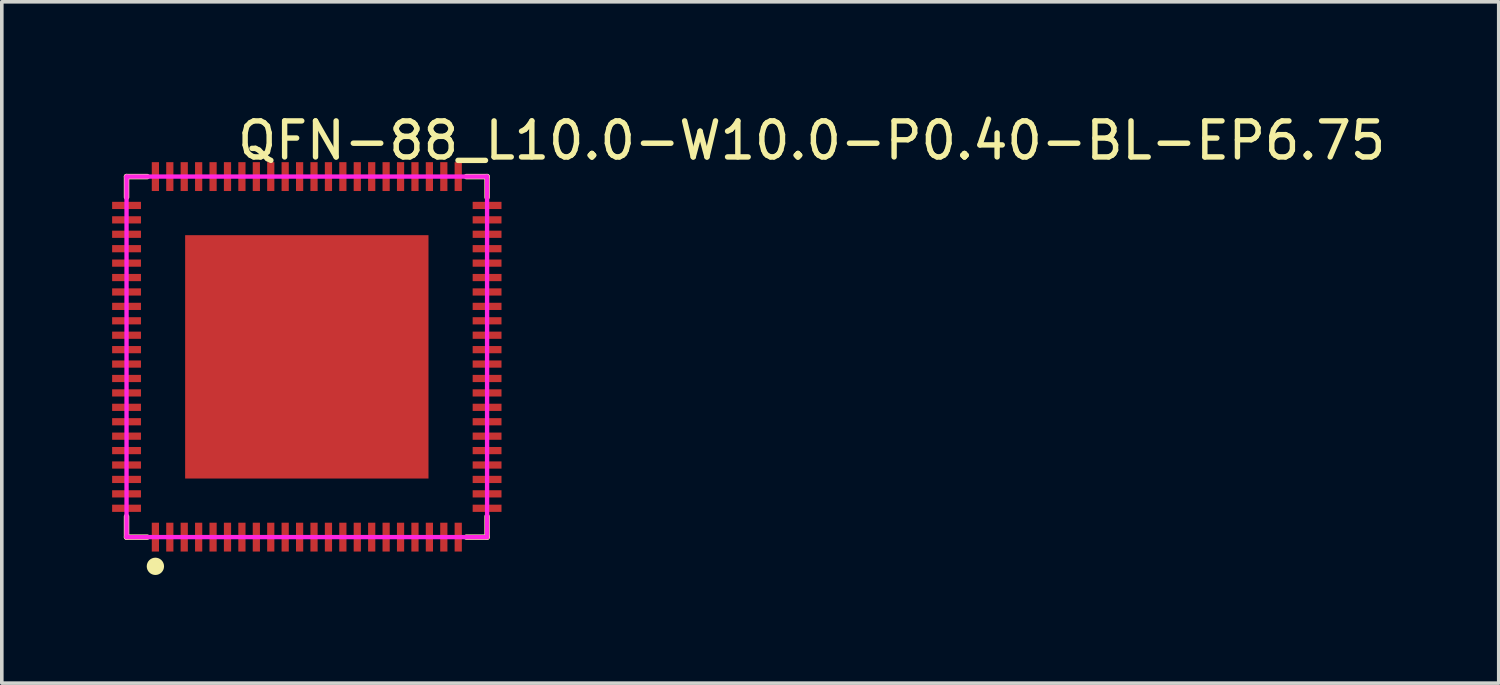
<source format=kicad_pcb>
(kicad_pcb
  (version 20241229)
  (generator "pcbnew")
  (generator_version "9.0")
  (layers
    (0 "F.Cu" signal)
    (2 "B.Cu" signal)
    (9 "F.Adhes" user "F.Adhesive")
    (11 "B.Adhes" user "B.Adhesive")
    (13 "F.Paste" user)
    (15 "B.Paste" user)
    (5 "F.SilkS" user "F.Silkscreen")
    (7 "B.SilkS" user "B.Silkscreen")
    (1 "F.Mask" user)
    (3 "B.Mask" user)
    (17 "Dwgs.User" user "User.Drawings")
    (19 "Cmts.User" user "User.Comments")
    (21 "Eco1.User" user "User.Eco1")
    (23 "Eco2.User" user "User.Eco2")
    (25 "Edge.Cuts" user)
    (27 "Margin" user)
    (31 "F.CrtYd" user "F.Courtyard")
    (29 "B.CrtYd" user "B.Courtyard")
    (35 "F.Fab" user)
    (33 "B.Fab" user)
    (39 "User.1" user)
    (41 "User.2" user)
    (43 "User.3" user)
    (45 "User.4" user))
  (footprint "QFN-88_L10.0-W10.0-P0.40-BL-EP6.75"
    (layer "F.Cu")
    (at 5.46 6.848)
    (property "Reference" "QFN-88_L10.0-W10.0-P0.40-BL-EP6.75" (at -2 -6 0) (layer "F.SilkS") (effects (font (size 1 1) (thickness 0.15)) (justify left)))
    (attr through_hole)
    (fp_line (start -5 -5) (end -4.427 -5) (stroke (width 0.152) (type solid)) (layer "F.SilkS"))
    (fp_line (start -5 -4.427) (end -5 -5) (stroke (width 0.152) (type solid)) (layer "F.SilkS"))
    (fp_line (start -5 4.427) (end -5 5) (stroke (width 0.152) (type solid)) (layer "F.SilkS"))
    (fp_line (start -5 5) (end -4.427 5) (stroke (width 0.152) (type solid)) (layer "F.SilkS"))
    (fp_line (start 5 -5) (end 4.427 -5) (stroke (width 0.152) (type solid)) (layer "F.SilkS"))
    (fp_line (start 5 -4.427) (end 5 -5) (stroke (width 0.152) (type solid)) (layer "F.SilkS"))
    (fp_line (start 5 4.427) (end 5 5) (stroke (width 0.152) (type solid)) (layer "F.SilkS"))
    (fp_line (start 5 5) (end 4.427 5) (stroke (width 0.152) (type solid)) (layer "F.SilkS"))
    (fp_circle (center -4.2 5.81) (end -4.08 5.81) (stroke (width 0.24) (type solid)) (fill no) (layer "F.SilkS"))
    (fp_poly (pts (xy -5.4 -4.3) (xy -4.6 -4.3) (xy -4.6 -4.1) (xy -5.4 -4.1)) (stroke (width 0.12) (type solid)) (fill yes) (layer "F.Paste"))
    (fp_poly (pts (xy -5.4 -3.9) (xy -4.6 -3.9) (xy -4.6 -3.7) (xy -5.4 -3.7)) (stroke (width 0.12) (type solid)) (fill yes) (layer "F.Paste"))
    (fp_poly (pts (xy -5.4 -3.5) (xy -4.6 -3.5) (xy -4.6 -3.3) (xy -5.4 -3.3)) (stroke (width 0.12) (type solid)) (fill yes) (layer "F.Paste"))
    (fp_poly (pts (xy -5.4 -3.1) (xy -4.6 -3.1) (xy -4.6 -2.9) (xy -5.4 -2.9)) (stroke (width 0.12) (type solid)) (fill yes) (layer "F.Paste"))
    (fp_poly (pts (xy -5.4 -2.7) (xy -4.6 -2.7) (xy -4.6 -2.5) (xy -5.4 -2.5)) (stroke (width 0.12) (type solid)) (fill yes) (layer "F.Paste"))
    (fp_poly (pts (xy -5.4 -2.3) (xy -4.6 -2.3) (xy -4.6 -2.1) (xy -5.4 -2.1)) (stroke (width 0.12) (type solid)) (fill yes) (layer "F.Paste"))
    (fp_poly (pts (xy -5.4 -1.9) (xy -4.6 -1.9) (xy -4.6 -1.7) (xy -5.4 -1.7)) (stroke (width 0.12) (type solid)) (fill yes) (layer "F.Paste"))
    (fp_poly (pts (xy -5.4 -1.5) (xy -4.6 -1.5) (xy -4.6 -1.3) (xy -5.4 -1.3)) (stroke (width 0.12) (type solid)) (fill yes) (layer "F.Paste"))
    (fp_poly (pts (xy -5.4 -1.1) (xy -4.6 -1.1) (xy -4.6 -0.9) (xy -5.4 -0.9)) (stroke (width 0.12) (type solid)) (fill yes) (layer "F.Paste"))
    (fp_poly (pts (xy -5.4 -0.7) (xy -4.6 -0.7) (xy -4.6 -0.5) (xy -5.4 -0.5)) (stroke (width 0.12) (type solid)) (fill yes) (layer "F.Paste"))
    (fp_poly (pts (xy -5.4 -0.3) (xy -4.6 -0.3) (xy -4.6 -0.1) (xy -5.4 -0.1)) (stroke (width 0.12) (type solid)) (fill yes) (layer "F.Paste"))
    (fp_poly (pts (xy -5.4 0.1) (xy -4.6 0.1) (xy -4.6 0.3) (xy -5.4 0.3)) (stroke (width 0.12) (type solid)) (fill yes) (layer "F.Paste"))
    (fp_poly (pts (xy -5.4 0.5) (xy -4.6 0.5) (xy -4.6 0.7) (xy -5.4 0.7)) (stroke (width 0.12) (type solid)) (fill yes) (layer "F.Paste"))
    (fp_poly (pts (xy -5.4 0.9) (xy -4.6 0.9) (xy -4.6 1.1) (xy -5.4 1.1)) (stroke (width 0.12) (type solid)) (fill yes) (layer "F.Paste"))
    (fp_poly (pts (xy -5.4 1.3) (xy -4.6 1.3) (xy -4.6 1.5) (xy -5.4 1.5)) (stroke (width 0.12) (type solid)) (fill yes) (layer "F.Paste"))
    (fp_poly (pts (xy -5.4 1.7) (xy -4.6 1.7) (xy -4.6 1.9) (xy -5.4 1.9)) (stroke (width 0.12) (type solid)) (fill yes) (layer "F.Paste"))
    (fp_poly (pts (xy -5.4 2.1) (xy -4.6 2.1) (xy -4.6 2.3) (xy -5.4 2.3)) (stroke (width 0.12) (type solid)) (fill yes) (layer "F.Paste"))
    (fp_poly (pts (xy -5.4 2.5) (xy -4.6 2.5) (xy -4.6 2.7) (xy -5.4 2.7)) (stroke (width 0.12) (type solid)) (fill yes) (layer "F.Paste"))
    (fp_poly (pts (xy -5.4 2.9) (xy -4.6 2.9) (xy -4.6 3.1) (xy -5.4 3.1)) (stroke (width 0.12) (type solid)) (fill yes) (layer "F.Paste"))
    (fp_poly (pts (xy -5.4 3.3) (xy -4.6 3.3) (xy -4.6 3.5) (xy -5.4 3.5)) (stroke (width 0.12) (type solid)) (fill yes) (layer "F.Paste"))
    (fp_poly (pts (xy -5.4 3.7) (xy -4.6 3.7) (xy -4.6 3.9) (xy -5.4 3.9)) (stroke (width 0.12) (type solid)) (fill yes) (layer "F.Paste"))
    (fp_poly (pts (xy -5.4 4.1) (xy -4.6 4.1) (xy -4.6 4.3) (xy -5.4 4.3)) (stroke (width 0.12) (type solid)) (fill yes) (layer "F.Paste"))
    (fp_poly (pts (xy -4.3 -5.4) (xy -4.1 -5.4) (xy -4.1 -4.6) (xy -4.3 -4.6)) (stroke (width 0.12) (type solid)) (fill yes) (layer "F.Paste"))
    (fp_poly (pts (xy -4.3 4.6) (xy -4.1 4.6) (xy -4.1 5.4) (xy -4.3 5.4)) (stroke (width 0.12) (type solid)) (fill yes) (layer "F.Paste"))
    (fp_poly (pts (xy -3.9 -5.4) (xy -3.7 -5.4) (xy -3.7 -4.6) (xy -3.9 -4.6)) (stroke (width 0.12) (type solid)) (fill yes) (layer "F.Paste"))
    (fp_poly (pts (xy -3.9 4.6) (xy -3.7 4.6) (xy -3.7 5.4) (xy -3.9 5.4)) (stroke (width 0.12) (type solid)) (fill yes) (layer "F.Paste"))
    (fp_poly (pts (xy -3.5 -5.4) (xy -3.3 -5.4) (xy -3.3 -4.6) (xy -3.5 -4.6)) (stroke (width 0.12) (type solid)) (fill yes) (layer "F.Paste"))
    (fp_poly (pts (xy -3.5 4.6) (xy -3.3 4.6) (xy -3.3 5.4) (xy -3.5 5.4)) (stroke (width 0.12) (type solid)) (fill yes) (layer "F.Paste"))
    (fp_poly (pts (xy -3.1 -5.4) (xy -2.9 -5.4) (xy -2.9 -4.6) (xy -3.1 -4.6)) (stroke (width 0.12) (type solid)) (fill yes) (layer "F.Paste"))
    (fp_poly (pts (xy -3.1 4.6) (xy -2.9 4.6) (xy -2.9 5.4) (xy -3.1 5.4)) (stroke (width 0.12) (type solid)) (fill yes) (layer "F.Paste"))
    (fp_poly (pts (xy -2.7 -5.4) (xy -2.5 -5.4) (xy -2.5 -4.6) (xy -2.7 -4.6)) (stroke (width 0.12) (type solid)) (fill yes) (layer "F.Paste"))
    (fp_poly (pts (xy -2.7 -2.7) (xy 2.7 -2.7) (xy 2.7 2.7) (xy -2.7 2.7)) (stroke (width 0.12) (type solid)) (fill yes) (layer "F.Paste"))
    (fp_poly (pts (xy -2.7 4.6) (xy -2.5 4.6) (xy -2.5 5.4) (xy -2.7 5.4)) (stroke (width 0.12) (type solid)) (fill yes) (layer "F.Paste"))
    (fp_poly (pts (xy -2.3 -5.4) (xy -2.1 -5.4) (xy -2.1 -4.6) (xy -2.3 -4.6)) (stroke (width 0.12) (type solid)) (fill yes) (layer "F.Paste"))
    (fp_poly (pts (xy -2.3 4.6) (xy -2.1 4.6) (xy -2.1 5.4) (xy -2.3 5.4)) (stroke (width 0.12) (type solid)) (fill yes) (layer "F.Paste"))
    (fp_poly (pts (xy -1.9 -5.4) (xy -1.7 -5.4) (xy -1.7 -4.6) (xy -1.9 -4.6)) (stroke (width 0.12) (type solid)) (fill yes) (layer "F.Paste"))
    (fp_poly (pts (xy -1.9 4.6) (xy -1.7 4.6) (xy -1.7 5.4) (xy -1.9 5.4)) (stroke (width 0.12) (type solid)) (fill yes) (layer "F.Paste"))
    (fp_poly (pts (xy -1.5 -5.4) (xy -1.3 -5.4) (xy -1.3 -4.6) (xy -1.5 -4.6)) (stroke (width 0.12) (type solid)) (fill yes) (layer "F.Paste"))
    (fp_poly (pts (xy -1.5 4.6) (xy -1.3 4.6) (xy -1.3 5.4) (xy -1.5 5.4)) (stroke (width 0.12) (type solid)) (fill yes) (layer "F.Paste"))
    (fp_poly (pts (xy -1.1 -5.4) (xy -0.9 -5.4) (xy -0.9 -4.6) (xy -1.1 -4.6)) (stroke (width 0.12) (type solid)) (fill yes) (layer "F.Paste"))
    (fp_poly (pts (xy -1.1 4.6) (xy -0.9 4.6) (xy -0.9 5.4) (xy -1.1 5.4)) (stroke (width 0.12) (type solid)) (fill yes) (layer "F.Paste"))
    (fp_poly (pts (xy -0.7 -5.4) (xy -0.5 -5.4) (xy -0.5 -4.6) (xy -0.7 -4.6)) (stroke (width 0.12) (type solid)) (fill yes) (layer "F.Paste"))
    (fp_poly (pts (xy -0.7 4.6) (xy -0.5 4.6) (xy -0.5 5.4) (xy -0.7 5.4)) (stroke (width 0.12) (type solid)) (fill yes) (layer "F.Paste"))
    (fp_poly (pts (xy -0.3 -5.4) (xy -0.1 -5.4) (xy -0.1 -4.6) (xy -0.3 -4.6)) (stroke (width 0.12) (type solid)) (fill yes) (layer "F.Paste"))
    (fp_poly (pts (xy -0.3 4.6) (xy -0.1 4.6) (xy -0.1 5.4) (xy -0.3 5.4)) (stroke (width 0.12) (type solid)) (fill yes) (layer "F.Paste"))
    (fp_poly (pts (xy 0.1 -5.4) (xy 0.3 -5.4) (xy 0.3 -4.6) (xy 0.1 -4.6)) (stroke (width 0.12) (type solid)) (fill yes) (layer "F.Paste"))
    (fp_poly (pts (xy 0.1 4.6) (xy 0.3 4.6) (xy 0.3 5.4) (xy 0.1 5.4)) (stroke (width 0.12) (type solid)) (fill yes) (layer "F.Paste"))
    (fp_poly (pts (xy 0.5 -5.4) (xy 0.7 -5.4) (xy 0.7 -4.6) (xy 0.5 -4.6)) (stroke (width 0.12) (type solid)) (fill yes) (layer "F.Paste"))
    (fp_poly (pts (xy 0.5 4.6) (xy 0.7 4.6) (xy 0.7 5.4) (xy 0.5 5.4)) (stroke (width 0.12) (type solid)) (fill yes) (layer "F.Paste"))
    (fp_poly (pts (xy 0.9 -5.4) (xy 1.1 -5.4) (xy 1.1 -4.6) (xy 0.9 -4.6)) (stroke (width 0.12) (type solid)) (fill yes) (layer "F.Paste"))
    (fp_poly (pts (xy 0.9 4.6) (xy 1.1 4.6) (xy 1.1 5.4) (xy 0.9 5.4)) (stroke (width 0.12) (type solid)) (fill yes) (layer "F.Paste"))
    (fp_poly (pts (xy 1.3 -5.4) (xy 1.5 -5.4) (xy 1.5 -4.6) (xy 1.3 -4.6)) (stroke (width 0.12) (type solid)) (fill yes) (layer "F.Paste"))
    (fp_poly (pts (xy 1.3 4.6) (xy 1.5 4.6) (xy 1.5 5.4) (xy 1.3 5.4)) (stroke (width 0.12) (type solid)) (fill yes) (layer "F.Paste"))
    (fp_poly (pts (xy 1.7 -5.4) (xy 1.9 -5.4) (xy 1.9 -4.6) (xy 1.7 -4.6)) (stroke (width 0.12) (type solid)) (fill yes) (layer "F.Paste"))
    (fp_poly (pts (xy 1.7 4.6) (xy 1.9 4.6) (xy 1.9 5.4) (xy 1.7 5.4)) (stroke (width 0.12) (type solid)) (fill yes) (layer "F.Paste"))
    (fp_poly (pts (xy 2.1 -5.4) (xy 2.3 -5.4) (xy 2.3 -4.6) (xy 2.1 -4.6)) (stroke (width 0.12) (type solid)) (fill yes) (layer "F.Paste"))
    (fp_poly (pts (xy 2.1 4.6) (xy 2.3 4.6) (xy 2.3 5.4) (xy 2.1 5.4)) (stroke (width 0.12) (type solid)) (fill yes) (layer "F.Paste"))
    (fp_poly (pts (xy 2.5 -5.4) (xy 2.7 -5.4) (xy 2.7 -4.6) (xy 2.5 -4.6)) (stroke (width 0.12) (type solid)) (fill yes) (layer "F.Paste"))
    (fp_poly (pts (xy 2.5 4.6) (xy 2.7 4.6) (xy 2.7 5.4) (xy 2.5 5.4)) (stroke (width 0.12) (type solid)) (fill yes) (layer "F.Paste"))
    (fp_poly (pts (xy 2.9 -5.4) (xy 3.1 -5.4) (xy 3.1 -4.6) (xy 2.9 -4.6)) (stroke (width 0.12) (type solid)) (fill yes) (layer "F.Paste"))
    (fp_poly (pts (xy 2.9 4.6) (xy 3.1 4.6) (xy 3.1 5.4) (xy 2.9 5.4)) (stroke (width 0.12) (type solid)) (fill yes) (layer "F.Paste"))
    (fp_poly (pts (xy 3.3 -5.4) (xy 3.5 -5.4) (xy 3.5 -4.6) (xy 3.3 -4.6)) (stroke (width 0.12) (type solid)) (fill yes) (layer "F.Paste"))
    (fp_poly (pts (xy 3.3 4.6) (xy 3.5 4.6) (xy 3.5 5.4) (xy 3.3 5.4)) (stroke (width 0.12) (type solid)) (fill yes) (layer "F.Paste"))
    (fp_poly (pts (xy 3.7 -5.4) (xy 3.9 -5.4) (xy 3.9 -4.6) (xy 3.7 -4.6)) (stroke (width 0.12) (type solid)) (fill yes) (layer "F.Paste"))
    (fp_poly (pts (xy 3.7 4.6) (xy 3.9 4.6) (xy 3.9 5.4) (xy 3.7 5.4)) (stroke (width 0.12) (type solid)) (fill yes) (layer "F.Paste"))
    (fp_poly (pts (xy 4.1 -5.4) (xy 4.3 -5.4) (xy 4.3 -4.6) (xy 4.1 -4.6)) (stroke (width 0.12) (type solid)) (fill yes) (layer "F.Paste"))
    (fp_poly (pts (xy 4.1 4.6) (xy 4.3 4.6) (xy 4.3 5.4) (xy 4.1 5.4)) (stroke (width 0.12) (type solid)) (fill yes) (layer "F.Paste"))
    (fp_poly (pts (xy 4.6 -4.3) (xy 5.4 -4.3) (xy 5.4 -4.1) (xy 4.6 -4.1)) (stroke (width 0.12) (type solid)) (fill yes) (layer "F.Paste"))
    (fp_poly (pts (xy 4.6 -3.9) (xy 5.4 -3.9) (xy 5.4 -3.7) (xy 4.6 -3.7)) (stroke (width 0.12) (type solid)) (fill yes) (layer "F.Paste"))
    (fp_poly (pts (xy 4.6 -3.5) (xy 5.4 -3.5) (xy 5.4 -3.3) (xy 4.6 -3.3)) (stroke (width 0.12) (type solid)) (fill yes) (layer "F.Paste"))
    (fp_poly (pts (xy 4.6 -3.1) (xy 5.4 -3.1) (xy 5.4 -2.9) (xy 4.6 -2.9)) (stroke (width 0.12) (type solid)) (fill yes) (layer "F.Paste"))
    (fp_poly (pts (xy 4.6 -2.7) (xy 5.4 -2.7) (xy 5.4 -2.5) (xy 4.6 -2.5)) (stroke (width 0.12) (type solid)) (fill yes) (layer "F.Paste"))
    (fp_poly (pts (xy 4.6 -2.3) (xy 5.4 -2.3) (xy 5.4 -2.1) (xy 4.6 -2.1)) (stroke (width 0.12) (type solid)) (fill yes) (layer "F.Paste"))
    (fp_poly (pts (xy 4.6 -1.9) (xy 5.4 -1.9) (xy 5.4 -1.7) (xy 4.6 -1.7)) (stroke (width 0.12) (type solid)) (fill yes) (layer "F.Paste"))
    (fp_poly (pts (xy 4.6 -1.5) (xy 5.4 -1.5) (xy 5.4 -1.3) (xy 4.6 -1.3)) (stroke (width 0.12) (type solid)) (fill yes) (layer "F.Paste"))
    (fp_poly (pts (xy 4.6 -1.1) (xy 5.4 -1.1) (xy 5.4 -0.9) (xy 4.6 -0.9)) (stroke (width 0.12) (type solid)) (fill yes) (layer "F.Paste"))
    (fp_poly (pts (xy 4.6 -0.7) (xy 5.4 -0.7) (xy 5.4 -0.5) (xy 4.6 -0.5)) (stroke (width 0.12) (type solid)) (fill yes) (layer "F.Paste"))
    (fp_poly (pts (xy 4.6 -0.3) (xy 5.4 -0.3) (xy 5.4 -0.1) (xy 4.6 -0.1)) (stroke (width 0.12) (type solid)) (fill yes) (layer "F.Paste"))
    (fp_poly (pts (xy 4.6 0.1) (xy 5.4 0.1) (xy 5.4 0.3) (xy 4.6 0.3)) (stroke (width 0.12) (type solid)) (fill yes) (layer "F.Paste"))
    (fp_poly (pts (xy 4.6 0.5) (xy 5.4 0.5) (xy 5.4 0.7) (xy 4.6 0.7)) (stroke (width 0.12) (type solid)) (fill yes) (layer "F.Paste"))
    (fp_poly (pts (xy 4.6 0.9) (xy 5.4 0.9) (xy 5.4 1.1) (xy 4.6 1.1)) (stroke (width 0.12) (type solid)) (fill yes) (layer "F.Paste"))
    (fp_poly (pts (xy 4.6 1.3) (xy 5.4 1.3) (xy 5.4 1.5) (xy 4.6 1.5)) (stroke (width 0.12) (type solid)) (fill yes) (layer "F.Paste"))
    (fp_poly (pts (xy 4.6 1.7) (xy 5.4 1.7) (xy 5.4 1.9) (xy 4.6 1.9)) (stroke (width 0.12) (type solid)) (fill yes) (layer "F.Paste"))
    (fp_poly (pts (xy 4.6 2.1) (xy 5.4 2.1) (xy 5.4 2.3) (xy 4.6 2.3)) (stroke (width 0.12) (type solid)) (fill yes) (layer "F.Paste"))
    (fp_poly (pts (xy 4.6 2.5) (xy 5.4 2.5) (xy 5.4 2.7) (xy 4.6 2.7)) (stroke (width 0.12) (type solid)) (fill yes) (layer "F.Paste"))
    (fp_poly (pts (xy 4.6 2.9) (xy 5.4 2.9) (xy 5.4 3.1) (xy 4.6 3.1)) (stroke (width 0.12) (type solid)) (fill yes) (layer "F.Paste"))
    (fp_poly (pts (xy 4.6 3.3) (xy 5.4 3.3) (xy 5.4 3.5) (xy 4.6 3.5)) (stroke (width 0.12) (type solid)) (fill yes) (layer "F.Paste"))
    (fp_poly (pts (xy 4.6 3.7) (xy 5.4 3.7) (xy 5.4 3.9) (xy 4.6 3.9)) (stroke (width 0.12) (type solid)) (fill yes) (layer "F.Paste"))
    (fp_poly (pts (xy 4.6 4.1) (xy 5.4 4.1) (xy 5.4 4.3) (xy 4.6 4.3)) (stroke (width 0.12) (type solid)) (fill yes) (layer "F.Paste"))
    (fp_line (start -5 -5) (end 5 -5) (stroke (width 0.12) (type solid)) (layer "F.CrtYd"))
    (fp_line (start -5 5) (end -5 -5) (stroke (width 0.12) (type solid)) (layer "F.CrtYd"))
    (fp_line (start 5 -5) (end 5 5) (stroke (width 0.12) (type solid)) (layer "F.CrtYd"))
    (fp_line (start 5 5) (end -5 5) (stroke (width 0.12) (type solid)) (layer "F.CrtYd"))
    (pad "1" smd rect (at -4.2 5) (size 0.2 0.8) (layers "F.Cu" "F.Mask" "F.Paste"))
    (pad "2" smd rect (at -3.8 5) (size 0.2 0.8) (layers "F.Cu" "F.Mask" "F.Paste"))
    (pad "3" smd rect (at -3.4 5) (size 0.2 0.8) (layers "F.Cu" "F.Mask" "F.Paste"))
    (pad "4" smd rect (at -3 5) (size 0.2 0.8) (layers "F.Cu" "F.Mask" "F.Paste"))
    (pad "5" smd rect (at -2.6 5) (size 0.2 0.8) (layers "F.Cu" "F.Mask" "F.Paste"))
    (pad "6" smd rect (at -2.2 5) (size 0.2 0.8) (layers "F.Cu" "F.Mask" "F.Paste"))
    (pad "7" smd rect (at -1.8 5) (size 0.2 0.8) (layers "F.Cu" "F.Mask" "F.Paste"))
    (pad "8" smd rect (at -1.4 5) (size 0.2 0.8) (layers "F.Cu" "F.Mask" "F.Paste"))
    (pad "9" smd rect (at -1 5) (size 0.2 0.8) (layers "F.Cu" "F.Mask" "F.Paste"))
    (pad "10" smd rect (at -0.6 5) (size 0.2 0.8) (layers "F.Cu" "F.Mask" "F.Paste"))
    (pad "11" smd rect (at -0.2 5) (size 0.2 0.8) (layers "F.Cu" "F.Mask" "F.Paste"))
    (pad "12" smd rect (at 0.2 5) (size 0.2 0.8) (layers "F.Cu" "F.Mask" "F.Paste"))
    (pad "13" smd rect (at 0.6 5) (size 0.2 0.8) (layers "F.Cu" "F.Mask" "F.Paste"))
    (pad "14" smd rect (at 1 5) (size 0.2 0.8) (layers "F.Cu" "F.Mask" "F.Paste"))
    (pad "15" smd rect (at 1.4 5) (size 0.2 0.8) (layers "F.Cu" "F.Mask" "F.Paste"))
    (pad "16" smd rect (at 1.8 5) (size 0.2 0.8) (layers "F.Cu" "F.Mask" "F.Paste"))
    (pad "17" smd rect (at 2.2 5) (size 0.2 0.8) (layers "F.Cu" "F.Mask" "F.Paste"))
    (pad "18" smd rect (at 2.6 5) (size 0.2 0.8) (layers "F.Cu" "F.Mask" "F.Paste"))
    (pad "19" smd rect (at 3 5) (size 0.2 0.8) (layers "F.Cu" "F.Mask" "F.Paste"))
    (pad "20" smd rect (at 3.4 5) (size 0.2 0.8) (layers "F.Cu" "F.Mask" "F.Paste"))
    (pad "21" smd rect (at 3.8 5) (size 0.2 0.8) (layers "F.Cu" "F.Mask" "F.Paste"))
    (pad "22" smd rect (at 4.2 5) (size 0.2 0.8) (layers "F.Cu" "F.Mask" "F.Paste"))
    (pad "23" smd rect (at 5 4.2) (size 0.8 0.2) (layers "F.Cu" "F.Mask" "F.Paste"))
    (pad "24" smd rect (at 5 3.8) (size 0.8 0.2) (layers "F.Cu" "F.Mask" "F.Paste"))
    (pad "25" smd rect (at 5 3.4) (size 0.8 0.2) (layers "F.Cu" "F.Mask" "F.Paste"))
    (pad "26" smd rect (at 5 3) (size 0.8 0.2) (layers "F.Cu" "F.Mask" "F.Paste"))
    (pad "27" smd rect (at 5 2.6) (size 0.8 0.2) (layers "F.Cu" "F.Mask" "F.Paste"))
    (pad "28" smd rect (at 5 2.2) (size 0.8 0.2) (layers "F.Cu" "F.Mask" "F.Paste"))
    (pad "29" smd rect (at 5 1.8) (size 0.8 0.2) (layers "F.Cu" "F.Mask" "F.Paste"))
    (pad "30" smd rect (at 5 1.4) (size 0.8 0.2) (layers "F.Cu" "F.Mask" "F.Paste"))
    (pad "31" smd rect (at 5 1) (size 0.8 0.2) (layers "F.Cu" "F.Mask" "F.Paste"))
    (pad "32" smd rect (at 5 0.6) (size 0.8 0.2) (layers "F.Cu" "F.Mask" "F.Paste"))
    (pad "33" smd rect (at 5 0.2) (size 0.8 0.2) (layers "F.Cu" "F.Mask" "F.Paste"))
    (pad "34" smd rect (at 5 -0.2) (size 0.8 0.2) (layers "F.Cu" "F.Mask" "F.Paste"))
    (pad "35" smd rect (at 5 -0.6) (size 0.8 0.2) (layers "F.Cu" "F.Mask" "F.Paste"))
    (pad "36" smd rect (at 5 -1) (size 0.8 0.2) (layers "F.Cu" "F.Mask" "F.Paste"))
    (pad "37" smd rect (at 5 -1.4) (size 0.8 0.2) (layers "F.Cu" "F.Mask" "F.Paste"))
    (pad "38" smd rect (at 5 -1.8) (size 0.8 0.2) (layers "F.Cu" "F.Mask" "F.Paste"))
    (pad "39" smd rect (at 5 -2.2) (size 0.8 0.2) (layers "F.Cu" "F.Mask" "F.Paste"))
    (pad "40" smd rect (at 5 -2.6) (size 0.8 0.2) (layers "F.Cu" "F.Mask" "F.Paste"))
    (pad "41" smd rect (at 5 -3) (size 0.8 0.2) (layers "F.Cu" "F.Mask" "F.Paste"))
    (pad "42" smd rect (at 5 -3.4) (size 0.8 0.2) (layers "F.Cu" "F.Mask" "F.Paste"))
    (pad "43" smd rect (at 5 -3.8) (size 0.8 0.2) (layers "F.Cu" "F.Mask" "F.Paste"))
    (pad "44" smd rect (at 5 -4.2) (size 0.8 0.2) (layers "F.Cu" "F.Mask" "F.Paste"))
    (pad "45" smd rect (at 4.2 -5) (size 0.2 0.8) (layers "F.Cu" "F.Mask" "F.Paste"))
    (pad "46" smd rect (at 3.8 -5) (size 0.2 0.8) (layers "F.Cu" "F.Mask" "F.Paste"))
    (pad "47" smd rect (at 3.4 -5) (size 0.2 0.8) (layers "F.Cu" "F.Mask" "F.Paste"))
    (pad "48" smd rect (at 3 -5) (size 0.2 0.8) (layers "F.Cu" "F.Mask" "F.Paste"))
    (pad "49" smd rect (at 2.6 -5) (size 0.2 0.8) (layers "F.Cu" "F.Mask" "F.Paste"))
    (pad "50" smd rect (at 2.2 -5) (size 0.2 0.8) (layers "F.Cu" "F.Mask" "F.Paste"))
    (pad "51" smd rect (at 1.8 -5) (size 0.2 0.8) (layers "F.Cu" "F.Mask" "F.Paste"))
    (pad "52" smd rect (at 1.4 -5) (size 0.2 0.8) (layers "F.Cu" "F.Mask" "F.Paste"))
    (pad "53" smd rect (at 1 -5) (size 0.2 0.8) (layers "F.Cu" "F.Mask" "F.Paste"))
    (pad "54" smd rect (at 0.6 -5) (size 0.2 0.8) (layers "F.Cu" "F.Mask" "F.Paste"))
    (pad "55" smd rect (at 0.2 -5) (size 0.2 0.8) (layers "F.Cu" "F.Mask" "F.Paste"))
    (pad "56" smd rect (at -0.2 -5) (size 0.2 0.8) (layers "F.Cu" "F.Mask" "F.Paste"))
    (pad "57" smd rect (at -0.6 -5) (size 0.2 0.8) (layers "F.Cu" "F.Mask" "F.Paste"))
    (pad "58" smd rect (at -1 -5) (size 0.2 0.8) (layers "F.Cu" "F.Mask" "F.Paste"))
    (pad "59" smd rect (at -1.4 -5) (size 0.2 0.8) (layers "F.Cu" "F.Mask" "F.Paste"))
    (pad "60" smd rect (at -1.8 -5) (size 0.2 0.8) (layers "F.Cu" "F.Mask" "F.Paste"))
    (pad "61" smd rect (at -2.2 -5) (size 0.2 0.8) (layers "F.Cu" "F.Mask" "F.Paste"))
    (pad "62" smd rect (at -2.6 -5) (size 0.2 0.8) (layers "F.Cu" "F.Mask" "F.Paste"))
    (pad "63" smd rect (at -3 -5) (size 0.2 0.8) (layers "F.Cu" "F.Mask" "F.Paste"))
    (pad "64" smd rect (at -3.4 -5) (size 0.2 0.8) (layers "F.Cu" "F.Mask" "F.Paste"))
    (pad "65" smd rect (at -3.8 -5) (size 0.2 0.8) (layers "F.Cu" "F.Mask" "F.Paste"))
    (pad "66" smd rect (at -4.2 -5) (size 0.2 0.8) (layers "F.Cu" "F.Mask" "F.Paste"))
    (pad "67" smd rect (at -5 -4.2) (size 0.8 0.2) (layers "F.Cu" "F.Mask" "F.Paste"))
    (pad "68" smd rect (at -5 -3.8) (size 0.8 0.2) (layers "F.Cu" "F.Mask" "F.Paste"))
    (pad "69" smd rect (at -5 -3.4) (size 0.8 0.2) (layers "F.Cu" "F.Mask" "F.Paste"))
    (pad "70" smd rect (at -5 -3) (size 0.8 0.2) (layers "F.Cu" "F.Mask" "F.Paste"))
    (pad "71" smd rect (at -5 -2.6) (size 0.8 0.2) (layers "F.Cu" "F.Mask" "F.Paste"))
    (pad "72" smd rect (at -5 -2.2) (size 0.8 0.2) (layers "F.Cu" "F.Mask" "F.Paste"))
    (pad "73" smd rect (at -5 -1.8) (size 0.8 0.2) (layers "F.Cu" "F.Mask" "F.Paste"))
    (pad "74" smd rect (at -5 -1.4) (size 0.8 0.2) (layers "F.Cu" "F.Mask" "F.Paste"))
    (pad "75" smd rect (at -5 -1) (size 0.8 0.2) (layers "F.Cu" "F.Mask" "F.Paste"))
    (pad "76" smd rect (at -5 -0.6) (size 0.8 0.2) (layers "F.Cu" "F.Mask" "F.Paste"))
    (pad "77" smd rect (at -5 -0.2) (size 0.8 0.2) (layers "F.Cu" "F.Mask" "F.Paste"))
    (pad "78" smd rect (at -5 0.2) (size 0.8 0.2) (layers "F.Cu" "F.Mask" "F.Paste"))
    (pad "79" smd rect (at -5 0.6) (size 0.8 0.2) (layers "F.Cu" "F.Mask" "F.Paste"))
    (pad "80" smd rect (at -5 1) (size 0.8 0.2) (layers "F.Cu" "F.Mask" "F.Paste"))
    (pad "81" smd rect (at -5 1.4) (size 0.8 0.2) (layers "F.Cu" "F.Mask" "F.Paste"))
    (pad "82" smd rect (at -5 1.8) (size 0.8 0.2) (layers "F.Cu" "F.Mask" "F.Paste"))
    (pad "83" smd rect (at -5 2.2) (size 0.8 0.2) (layers "F.Cu" "F.Mask" "F.Paste"))
    (pad "84" smd rect (at -5 2.6) (size 0.8 0.2) (layers "F.Cu" "F.Mask" "F.Paste"))
    (pad "85" smd rect (at -5 3) (size 0.8 0.2) (layers "F.Cu" "F.Mask" "F.Paste"))
    (pad "86" smd rect (at -5 3.4) (size 0.8 0.2) (layers "F.Cu" "F.Mask" "F.Paste"))
    (pad "87" smd rect (at -5 3.8) (size 0.8 0.2) (layers "F.Cu" "F.Mask" "F.Paste"))
    (pad "88" smd rect (at -5 4.2) (size 0.8 0.2) (layers "F.Cu" "F.Mask" "F.Paste"))
    (pad "89" smd rect (at 0 0) (size 6.75 6.75) (layers "F.Cu" "F.Mask" "F.Paste")))
  (gr_rect
    (start -3 -3)
    (end 38.52 15.898)
    (stroke (width 0.1) (type default))
    (fill no)
    (layer "Edge.Cuts")))
</source>
